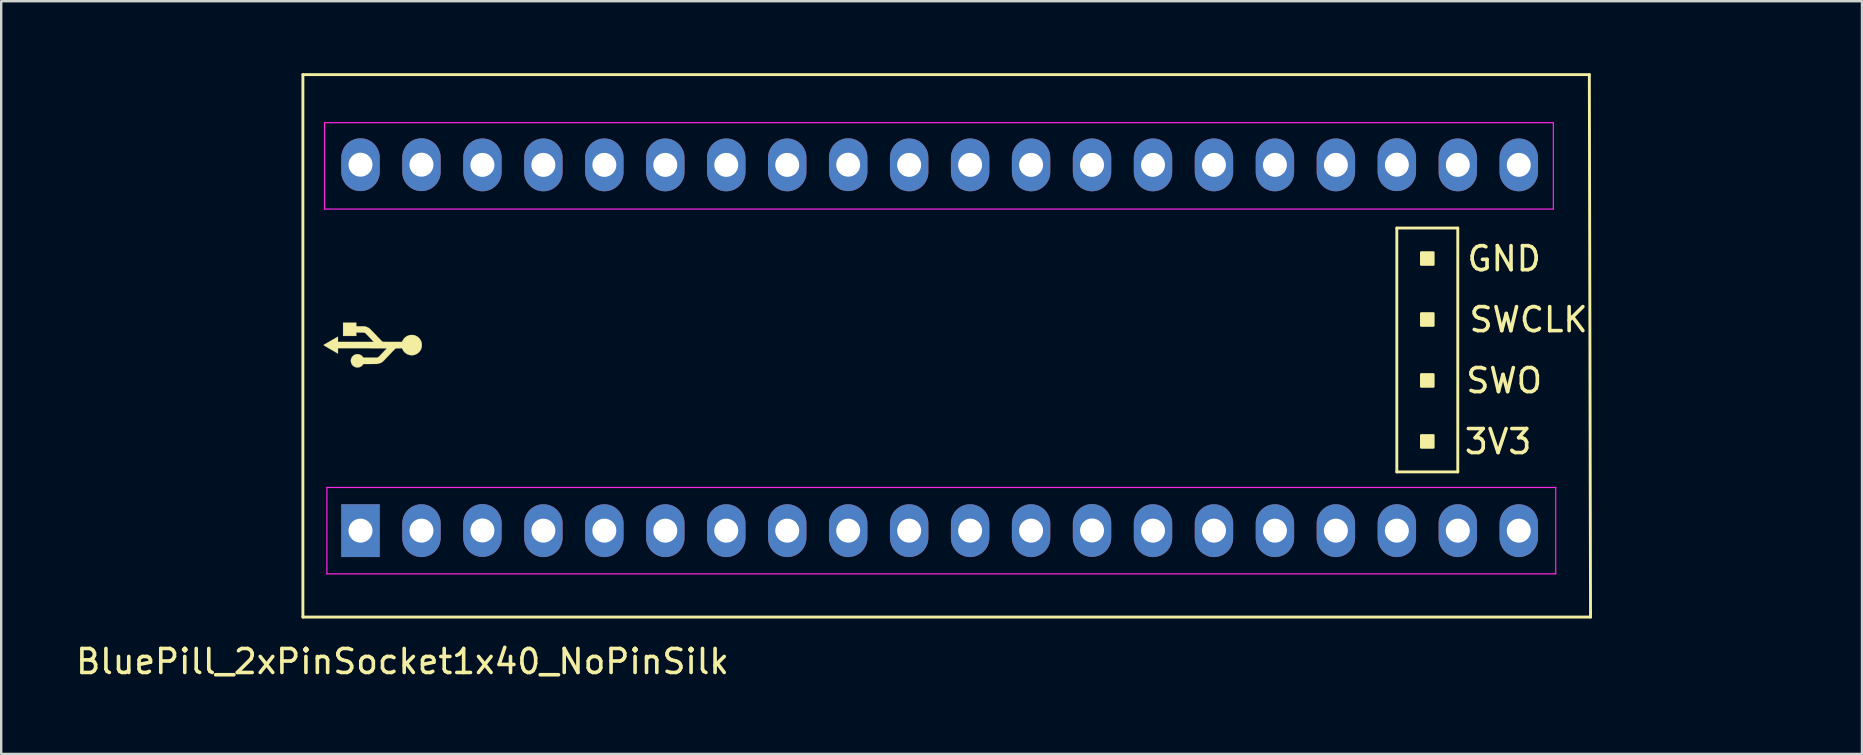
<source format=kicad_pcb>
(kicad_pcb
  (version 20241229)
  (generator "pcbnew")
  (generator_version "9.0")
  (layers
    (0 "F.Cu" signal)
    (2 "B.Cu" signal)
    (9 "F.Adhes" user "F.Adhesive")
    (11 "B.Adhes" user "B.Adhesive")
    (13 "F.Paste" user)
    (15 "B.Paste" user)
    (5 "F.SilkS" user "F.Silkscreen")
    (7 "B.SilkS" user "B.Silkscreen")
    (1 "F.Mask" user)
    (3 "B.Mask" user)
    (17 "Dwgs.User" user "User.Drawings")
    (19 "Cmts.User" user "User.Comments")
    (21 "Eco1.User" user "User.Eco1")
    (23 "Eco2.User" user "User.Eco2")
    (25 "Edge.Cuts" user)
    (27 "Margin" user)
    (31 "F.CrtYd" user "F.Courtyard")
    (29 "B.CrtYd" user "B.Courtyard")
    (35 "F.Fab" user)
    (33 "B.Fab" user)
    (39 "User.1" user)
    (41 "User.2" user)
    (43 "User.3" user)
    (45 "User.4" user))
  (footprint "BluePill_2xPinSocket1x40_NoPinSilk"
    (layer "F.Cu")
    (at 11.97 19.06)
    (property "Reference" "BluePill_2xPinSocket1x40_NoPinSilk" (at 1.75 5.453 180) (layer "F.SilkS") (effects (font (size 1 1) (thickness 0.15))))
    (attr through_hole)
    (fp_line (start -2.4 -19) (end 51.2 -19) (stroke (width 0.12) (type solid)) (layer "F.SilkS"))
    (fp_line (start -2.4 3.6) (end -2.4 -19) (stroke (width 0.12) (type solid)) (layer "F.SilkS"))
    (fp_line (start 43.179 -12.608) (end 43.179 -2.448) (stroke (width 0.12) (type solid)) (layer "F.SilkS"))
    (fp_line (start 43.179 -2.448) (end 45.719 -2.448) (stroke (width 0.12) (type solid)) (layer "F.SilkS"))
    (fp_line (start 45.719 -12.608) (end 43.179 -12.608) (stroke (width 0.12) (type solid)) (layer "F.SilkS"))
    (fp_line (start 45.719 -2.448) (end 45.719 -12.608) (stroke (width 0.12) (type solid)) (layer "F.SilkS"))
    (fp_line (start 51.2 -19) (end 51.25 3.6) (stroke (width 0.12) (type solid)) (layer "F.SilkS"))
    (fp_line (start 51.25 3.6) (end -2.4 3.6) (stroke (width 0.12) (type solid)) (layer "F.SilkS"))
    (fp_poly (pts (xy 44.195 -11.084) (xy 44.703 -11.084) (xy 44.703 -11.592) (xy 44.195 -11.592)) (stroke (width 0.1) (type solid)) (fill yes) (layer "F.SilkS"))
    (fp_poly (pts (xy 44.195 -8.544) (xy 44.703 -8.544) (xy 44.703 -9.052) (xy 44.195 -9.052)) (stroke (width 0.1) (type solid)) (fill yes) (layer "F.SilkS"))
    (fp_poly (pts (xy 44.195 -6.004) (xy 44.703 -6.004) (xy 44.703 -6.512) (xy 44.195 -6.512)) (stroke (width 0.1) (type solid)) (fill yes) (layer "F.SilkS"))
    (fp_poly (pts (xy 44.195 -3.464) (xy 44.703 -3.464) (xy 44.703 -3.972) (xy 44.195 -3.972)) (stroke (width 0.1) (type solid)) (fill yes) (layer "F.SilkS"))
    (fp_poly (pts (xy -1.538 -7.735) (xy -1.528 -7.742) (xy -1.511 -7.752) (xy -1.488 -7.765) (xy -1.461 -7.782) (xy -1.428 -7.801) (xy -1.392 -7.822) (xy -1.352 -7.845) (xy -1.309 -7.87) (xy -1.264 -7.896) (xy -1.24 -7.91) (xy -0.94 -8.083) (xy -0.939 -7.973) (xy -0.938 -7.863) (xy -0.193 -7.863) (xy -0.114 -7.863) (xy -0.037 -7.863) (xy 0.036 -7.863) (xy 0.107 -7.863) (xy 0.174 -7.863) (xy 0.237 -7.863) (xy 0.295 -7.864) (xy 0.349 -7.864) (xy 0.397 -7.864) (xy 0.44 -7.864) (xy 0.476 -7.864) (xy 0.506 -7.864) (xy 0.529 -7.865) (xy 0.544 -7.865) (xy 0.552 -7.865) (xy 0.552 -7.865) (xy 0.55 -7.869) (xy 0.541 -7.878) (xy 0.529 -7.892) (xy 0.512 -7.91) (xy 0.492 -7.931) (xy 0.469 -7.955) (xy 0.444 -7.982) (xy 0.417 -8.01) (xy 0.39 -8.038) (xy 0.362 -8.067) (xy 0.335 -8.096) (xy 0.308 -8.123) (xy 0.284 -8.149) (xy 0.261 -8.172) (xy 0.242 -8.192) (xy 0.225 -8.208) (xy 0.213 -8.22) (xy 0.206 -8.227) (xy 0.205 -8.228) (xy 0.191 -8.237) (xy 0.174 -8.245) (xy 0.165 -8.249) (xy 0.159 -8.251) (xy 0.152 -8.252) (xy 0.143 -8.254) (xy 0.132 -8.255) (xy 0.118 -8.256) (xy 0.1 -8.256) (xy 0.077 -8.256) (xy 0.048 -8.257) (xy 0.011 -8.257) (xy -0.017 -8.257) (xy -0.176 -8.257) (xy -0.176 -8.113) (xy -0.726 -8.113) (xy -0.726 -8.663) (xy -0.176 -8.663) (xy -0.176 -8.515) (xy 0.003 -8.514) (xy 0.182 -8.513) (xy 0.22 -8.501) (xy 0.261 -8.486) (xy 0.303 -8.467) (xy 0.343 -8.445) (xy 0.377 -8.421) (xy 0.377 -8.421) (xy 0.388 -8.412) (xy 0.405 -8.396) (xy 0.427 -8.374) (xy 0.455 -8.346) (xy 0.488 -8.312) (xy 0.527 -8.272) (xy 0.572 -8.225) (xy 0.623 -8.172) (xy 0.653 -8.14) (xy 0.698 -8.092) (xy 0.738 -8.051) (xy 0.773 -8.014) (xy 0.803 -7.983) (xy 0.828 -7.957) (xy 0.85 -7.935) (xy 0.867 -7.917) (xy 0.882 -7.903) (xy 0.894 -7.892) (xy 0.903 -7.884) (xy 0.91 -7.879) (xy 0.915 -7.875) (xy 0.915 -7.875) (xy 0.936 -7.865) (xy 1.734 -7.863) (xy 1.737 -7.872) (xy 1.739 -7.88) (xy 1.745 -7.893) (xy 1.752 -7.908) (xy 1.755 -7.914) (xy 1.785 -7.967) (xy 1.821 -8.014) (xy 1.863 -8.055) (xy 1.91 -8.09) (xy 1.963 -8.118) (xy 2.019 -8.139) (xy 2.037 -8.143) (xy 2.069 -8.149) (xy 2.105 -8.153) (xy 2.144 -8.153) (xy 2.182 -8.152) (xy 2.216 -8.148) (xy 2.237 -8.143) (xy 2.296 -8.123) (xy 2.35 -8.097) (xy 2.399 -8.064) (xy 2.442 -8.024) (xy 2.475 -7.984) (xy 2.507 -7.935) (xy 2.531 -7.884) (xy 2.547 -7.831) (xy 2.555 -7.773) (xy 2.557 -7.747) (xy 2.557 -7.725) (xy 2.557 -7.706) (xy 2.557 -7.69) (xy 2.557 -7.681) (xy 2.556 -7.681) (xy 2.547 -7.638) (xy 2.537 -7.601) (xy 2.526 -7.568) (xy 2.512 -7.538) (xy 2.5 -7.516) (xy 2.466 -7.468) (xy 2.428 -7.426) (xy 2.384 -7.39) (xy 2.336 -7.36) (xy 2.285 -7.337) (xy 2.231 -7.32) (xy 2.175 -7.311) (xy 2.118 -7.31) (xy 2.061 -7.316) (xy 2.011 -7.328) (xy 1.96 -7.348) (xy 1.911 -7.375) (xy 1.866 -7.407) (xy 1.827 -7.444) (xy 1.807 -7.466) (xy 1.794 -7.484) (xy 1.781 -7.505) (xy 1.767 -7.528) (xy 1.754 -7.551) (xy 1.744 -7.571) (xy 1.738 -7.588) (xy 1.737 -7.591) (xy 1.734 -7.601) (xy 1.612 -7.6) (xy 1.49 -7.598) (xy 1.461 -7.584) (xy 1.456 -7.582) (xy 1.451 -7.578) (xy 1.445 -7.574) (xy 1.438 -7.569) (xy 1.43 -7.562) (xy 1.42 -7.553) (xy 1.408 -7.541) (xy 1.393 -7.526) (xy 1.375 -7.508) (xy 1.354 -7.486) (xy 1.329 -7.46) (xy 1.3 -7.43) (xy 1.267 -7.394) (xy 1.228 -7.354) (xy 1.186 -7.309) (xy 1.141 -7.262) (xy 1.102 -7.221) (xy 1.068 -7.185) (xy 1.039 -7.154) (xy 1.013 -7.128) (xy 0.992 -7.105) (xy 0.973 -7.087) (xy 0.958 -7.071) (xy 0.945 -7.059) (xy 0.934 -7.049) (xy 0.925 -7.041) (xy 0.917 -7.034) (xy 0.91 -7.029) (xy 0.903 -7.025) (xy 0.847 -6.993) (xy 0.787 -6.97) (xy 0.724 -6.954) (xy 0.695 -6.949) (xy 0.683 -6.948) (xy 0.664 -6.947) (xy 0.636 -6.946) (xy 0.602 -6.946) (xy 0.561 -6.945) (xy 0.514 -6.945) (xy 0.461 -6.945) (xy 0.402 -6.944) (xy 0.39 -6.944) (xy 0.117 -6.944) (xy 0.106 -6.925) (xy 0.093 -6.907) (xy 0.075 -6.887) (xy 0.054 -6.867) (xy 0.033 -6.85) (xy 0.018 -6.839) (xy -0.025 -6.819) (xy -0.07 -6.806) (xy -0.116 -6.801) (xy -0.163 -6.803) (xy -0.209 -6.813) (xy -0.251 -6.83) (xy -0.291 -6.855) (xy -0.325 -6.885) (xy -0.353 -6.92) (xy -0.376 -6.959) (xy -0.391 -7.001) (xy -0.4 -7.046) (xy -0.402 -7.091) (xy -0.396 -7.137) (xy -0.386 -7.171) (xy -0.366 -7.213) (xy -0.34 -7.25) (xy -0.308 -7.283) (xy -0.271 -7.311) (xy -0.23 -7.333) (xy -0.193 -7.345) (xy -0.166 -7.35) (xy -0.134 -7.352) (xy -0.101 -7.351) (xy -0.072 -7.348) (xy -0.057 -7.345) (xy -0.023 -7.333) (xy 0.011 -7.315) (xy 0.043 -7.294) (xy 0.072 -7.269) (xy 0.095 -7.243) (xy 0.108 -7.225) (xy 0.118 -7.207) (xy 0.401 -7.207) (xy 0.457 -7.207) (xy 0.505 -7.207) (xy 0.546 -7.207) (xy 0.58 -7.207) (xy 0.609 -7.207) (xy 0.632 -7.208) (xy 0.651 -7.208) (xy 0.666 -7.209) (xy 0.678 -7.209) (xy 0.687 -7.21) (xy 0.694 -7.211) (xy 0.701 -7.213) (xy 0.706 -7.214) (xy 0.71 -7.216) (xy 0.729 -7.223) (xy 0.747 -7.233) (xy 0.757 -7.24) (xy 0.763 -7.245) (xy 0.773 -7.256) (xy 0.788 -7.271) (xy 0.807 -7.29) (xy 0.828 -7.312) (xy 0.852 -7.337) (xy 0.878 -7.363) (xy 0.905 -7.392) (xy 0.932 -7.42) (xy 0.959 -7.449) (xy 0.986 -7.477) (xy 1.011 -7.504) (xy 1.034 -7.528) (xy 1.055 -7.55) (xy 1.072 -7.569) (xy 1.086 -7.584) (xy 1.095 -7.594) (xy 1.098 -7.598) (xy 1.098 -7.599) (xy 1.094 -7.599) (xy 1.082 -7.599) (xy 1.062 -7.599) (xy 1.035 -7.599) (xy 1 -7.599) (xy 0.959 -7.6) (xy 0.912 -7.6) (xy 0.859 -7.6) (xy 0.8 -7.6) (xy 0.736 -7.6) (xy 0.667 -7.6) (xy 0.594 -7.6) (xy 0.517 -7.6) (xy 0.436 -7.6) (xy 0.352 -7.601) (xy 0.264 -7.601) (xy 0.174 -7.601) (xy 0.082 -7.601) (xy -0.938 -7.601) (xy -0.938 -7.49) (xy -0.938 -7.461) (xy -0.938 -7.434) (xy -0.939 -7.412) (xy -0.939 -7.395) (xy -0.94 -7.384) (xy -0.941 -7.381) (xy -0.947 -7.384) (xy -0.96 -7.391) (xy -0.978 -7.402) (xy -1.001 -7.415) (xy -1.029 -7.431) (xy -1.061 -7.449) (xy -1.096 -7.469) (xy -1.133 -7.491) (xy -1.172 -7.513) (xy -1.212 -7.537) (xy -1.252 -7.561) (xy -1.293 -7.584) (xy -1.332 -7.607) (xy -1.37 -7.63) (xy -1.406 -7.651) (xy -1.439 -7.671) (xy -1.469 -7.688) (xy -1.494 -7.703) (xy -1.515 -7.716) (xy -1.53 -7.725) (xy -1.54 -7.731) (xy -1.542 -7.733) (xy -1.538 -7.735)) (stroke (width 0.01) (type solid)) (fill yes) (layer "F.SilkS"))
    (fp_line (start 44.5 -12.5) (end 59.5 -12.5) (stroke (width 0.12) (type solid)) (layer "Eco2.User"))
    (fp_line (start 44.5 -10) (end 59.5 -10) (stroke (width 0.12) (type solid)) (layer "Eco2.User"))
    (fp_line (start 44.5 -7.5) (end 59.5 -7.5) (stroke (width 0.12) (type solid)) (layer "Eco2.User"))
    (fp_line (start 44.5 -5) (end 59.5 -5) (stroke (width 0.12) (type solid)) (layer "Eco2.User"))
    (fp_line (start 44.5 -2.5) (end 44.5 -12.5) (stroke (width 0.12) (type solid)) (layer "Eco2.User"))
    (fp_line (start 59.5 -12.5) (end 59.5 -2.5) (stroke (width 0.12) (type solid)) (layer "Eco2.User"))
    (fp_line (start 59.5 -2.5) (end 44.5 -2.5) (stroke (width 0.12) (type solid)) (layer "Eco2.User"))
    (fp_line (start -1.5 -17) (end -1.5 -13.4) (stroke (width 0.05) (type solid)) (layer "F.CrtYd"))
    (fp_line (start -1.5 -13.4) (end 49.7 -13.4) (stroke (width 0.05) (type solid)) (layer "F.CrtYd"))
    (fp_line (start -1.4 -1.8) (end -1.4 1.8) (stroke (width 0.05) (type solid)) (layer "F.CrtYd"))
    (fp_line (start -1.4 1.8) (end 49.8 1.8) (stroke (width 0.05) (type solid)) (layer "F.CrtYd"))
    (fp_line (start 49.7 -17) (end -1.5 -17) (stroke (width 0.05) (type solid)) (layer "F.CrtYd"))
    (fp_line (start 49.7 -13.4) (end 49.7 -17) (stroke (width 0.05) (type solid)) (layer "F.CrtYd"))
    (fp_line (start 49.8 -1.8) (end -1.4 -1.8) (stroke (width 0.05) (type solid)) (layer "F.CrtYd"))
    (fp_line (start 49.8 1.8) (end 49.8 -1.8) (stroke (width 0.05) (type solid)) (layer "F.CrtYd"))
    (fp_text user "GND" (at 47.652 -11.33 0) (layer "F.SilkS") (effects (font (size 1 1) (thickness 0.15))))
    (fp_text user "SWCLK" (at 48.668 -8.79 0) (layer "F.SilkS") (effects (font (size 1 1) (thickness 0.15))))
    (fp_text user "3V3" (at 47.398 -3.71 0) (layer "F.SilkS") (effects (font (size 1 1) (thickness 0.15))))
    (fp_text user "SWO" (at 47.652 -6.25 0) (layer "F.SilkS") (effects (font (size 1 1) (thickness 0.15))))
    (pad "1" thru_hole rect (at 0 0) (size 1.6 2.2) (drill 1) (layers "*.Cu" "*.Mask"))
    (pad "2" thru_hole oval (at 2.54 0) (size 1.6 2.2) (drill 1) (layers "*.Cu" "*.Mask"))
    (pad "3" thru_hole oval (at 5.08 -0.008) (size 1.6 2.2) (drill 1) (layers "*.Cu" "*.Mask"))
    (pad "4" thru_hole oval (at 7.62 0) (size 1.6 2.2) (drill 1) (layers "*.Cu" "*.Mask"))
    (pad "5" thru_hole oval (at 10.16 0) (size 1.6 2.2) (drill 1) (layers "*.Cu" "*.Mask"))
    (pad "6" thru_hole oval (at 12.7 0) (size 1.6 2.2) (drill 1) (layers "*.Cu" "*.Mask"))
    (pad "7" thru_hole oval (at 15.24 0) (size 1.6 2.2) (drill 1) (layers "*.Cu" "*.Mask"))
    (pad "8" thru_hole oval (at 17.78 0) (size 1.6 2.2) (drill 1) (layers "*.Cu" "*.Mask"))
    (pad "9" thru_hole oval (at 20.32 0) (size 1.6 2.2) (drill 1) (layers "*.Cu" "*.Mask"))
    (pad "10" thru_hole oval (at 22.86 0) (size 1.6 2.2) (drill 1) (layers "*.Cu" "*.Mask"))
    (pad "11" thru_hole oval (at 25.4 0) (size 1.6 2.2) (drill 1) (layers "*.Cu" "*.Mask"))
    (pad "12" thru_hole oval (at 27.94 0) (size 1.6 2.2) (drill 1) (layers "*.Cu" "*.Mask"))
    (pad "13" thru_hole oval (at 30.48 -0.008) (size 1.6 2.2) (drill 1) (layers "*.Cu" "*.Mask"))
    (pad "14" thru_hole oval (at 33.02 0) (size 1.6 2.2) (drill 1) (layers "*.Cu" "*.Mask"))
    (pad "15" thru_hole oval (at 35.56 0) (size 1.6 2.2) (drill 1) (layers "*.Cu" "*.Mask"))
    (pad "16" thru_hole oval (at 38.1 0) (size 1.6 2.2) (drill 1) (layers "*.Cu" "*.Mask"))
    (pad "17" thru_hole oval (at 40.64 0) (size 1.6 2.2) (drill 1) (layers "*.Cu" "*.Mask"))
    (pad "18" thru_hole oval (at 43.18 0) (size 1.6 2.2) (drill 1) (layers "*.Cu" "*.Mask"))
    (pad "19" thru_hole oval (at 45.72 0) (size 1.6 2.2) (drill 1) (layers "*.Cu" "*.Mask"))
    (pad "20" thru_hole oval (at 48.26 0) (size 1.6 2.2) (drill 1) (layers "*.Cu" "*.Mask"))
    (pad "21" thru_hole oval (at 48.26 -15.24) (size 1.6 2.2) (drill 1) (layers "*.Cu" "*.Mask"))
    (pad "22" thru_hole oval (at 45.72 -15.24) (size 1.6 2.2) (drill 1) (layers "*.Cu" "*.Mask"))
    (pad "23" thru_hole oval (at 43.18 -15.248) (size 1.6 2.2) (drill 1) (layers "*.Cu" "*.Mask"))
    (pad "24" thru_hole oval (at 40.64 -15.24) (size 1.6 2.2) (drill 1) (layers "*.Cu" "*.Mask"))
    (pad "25" thru_hole oval (at 38.1 -15.24) (size 1.6 2.2) (drill 1) (layers "*.Cu" "*.Mask"))
    (pad "26" thru_hole oval (at 35.56 -15.24) (size 1.6 2.2) (drill 1) (layers "*.Cu" "*.Mask"))
    (pad "27" thru_hole oval (at 33.02 -15.24) (size 1.6 2.2) (drill 1) (layers "*.Cu" "*.Mask"))
    (pad "28" thru_hole oval (at 30.48 -15.24) (size 1.6 2.2) (drill 1) (layers "*.Cu" "*.Mask"))
    (pad "29" thru_hole oval (at 27.94 -15.24) (size 1.6 2.2) (drill 1) (layers "*.Cu" "*.Mask"))
    (pad "30" thru_hole oval (at 25.4 -15.24) (size 1.6 2.2) (drill 1) (layers "*.Cu" "*.Mask"))
    (pad "31" thru_hole oval (at 22.86 -15.24) (size 1.6 2.2) (drill 1) (layers "*.Cu" "*.Mask"))
    (pad "32" thru_hole oval (at 20.32 -15.248) (size 1.6 2.2) (drill 1) (layers "*.Cu" "*.Mask"))
    (pad "33" thru_hole oval (at 17.78 -15.24) (size 1.6 2.2) (drill 1) (layers "*.Cu" "*.Mask"))
    (pad "34" thru_hole oval (at 15.24 -15.24) (size 1.6 2.2) (drill 1) (layers "*.Cu" "*.Mask"))
    (pad "35" thru_hole oval (at 12.7 -15.24) (size 1.6 2.2) (drill 1) (layers "*.Cu" "*.Mask"))
    (pad "36" thru_hole oval (at 10.16 -15.24) (size 1.6 2.2) (drill 1) (layers "*.Cu" "*.Mask"))
    (pad "37" thru_hole oval (at 7.62 -15.24) (size 1.6 2.2) (drill 1) (layers "*.Cu" "*.Mask"))
    (pad "38" thru_hole oval (at 5.08 -15.24) (size 1.6 2.2) (drill 1) (layers "*.Cu" "*.Mask"))
    (pad "39" thru_hole oval (at 2.54 -15.248) (size 1.6 2.2) (drill 1) (layers "*.Cu" "*.Mask"))
    (pad "40" thru_hole oval (at 0 -15.248) (size 1.6 2.2) (drill 1) (layers "*.Cu" "*.Mask")))
  (gr_rect
    (start -3 -3)
    (end 74.53 28.362)
    (stroke (width 0.1) (type default))
    (fill no)
    (layer "Edge.Cuts")))
</source>
